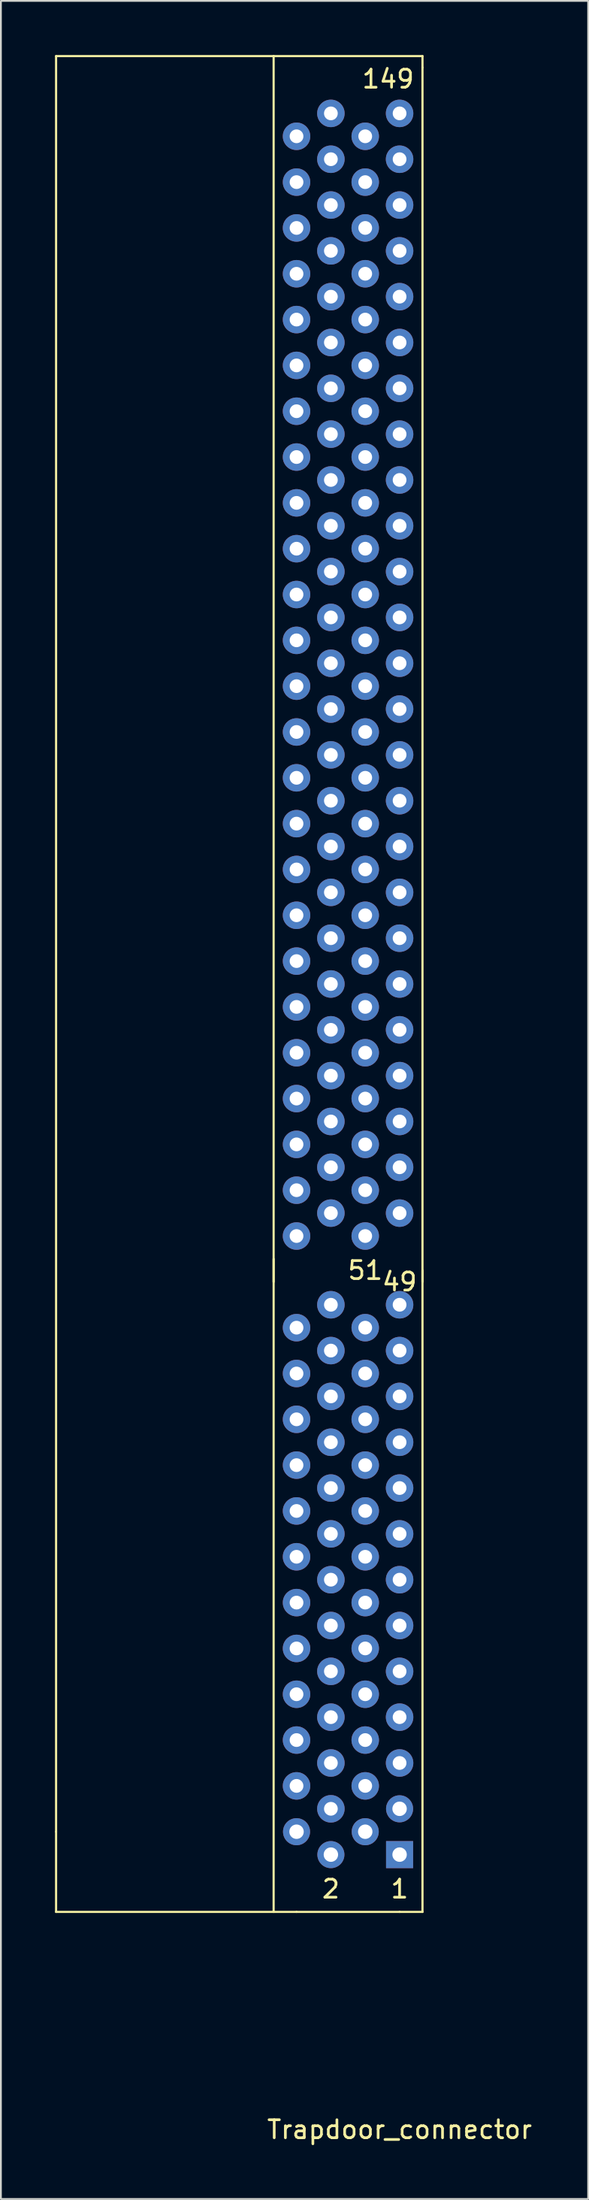
<source format=kicad_pcb>
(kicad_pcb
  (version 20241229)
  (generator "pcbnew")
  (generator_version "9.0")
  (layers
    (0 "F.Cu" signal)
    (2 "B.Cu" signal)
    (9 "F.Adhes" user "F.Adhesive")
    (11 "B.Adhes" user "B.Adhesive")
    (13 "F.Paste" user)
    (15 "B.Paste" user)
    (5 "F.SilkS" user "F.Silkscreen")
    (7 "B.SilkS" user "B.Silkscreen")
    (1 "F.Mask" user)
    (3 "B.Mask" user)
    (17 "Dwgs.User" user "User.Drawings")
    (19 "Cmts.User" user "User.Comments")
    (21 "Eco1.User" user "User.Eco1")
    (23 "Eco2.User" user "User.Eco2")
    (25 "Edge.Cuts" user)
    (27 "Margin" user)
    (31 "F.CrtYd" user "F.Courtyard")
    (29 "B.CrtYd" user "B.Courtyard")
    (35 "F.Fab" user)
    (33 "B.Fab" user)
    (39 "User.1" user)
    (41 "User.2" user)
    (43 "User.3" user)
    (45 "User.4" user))
  (footprint "Trapdoor_connector"
    (layer "F.Cu")
    (at 19.11 99.755)
    (property "Reference" "Trapdoor_connector" (at 0 15.24 0) (layer "F.SilkS") (effects (font (size 1 1) (thickness 0.15))))
    (attr through_hole)
    (fp_line (start -19.05 -1.27) (end -19.05 -99.695) (stroke (width 0.12) (type solid)) (layer "F.SilkS"))
    (fp_line (start -19.05 -1.27) (end -19.05 3.175) (stroke (width 0.12) (type solid)) (layer "F.SilkS"))
    (fp_line (start -19.05 3.175) (end -5.715 3.175) (stroke (width 0.12) (type solid)) (layer "F.SilkS"))
    (fp_line (start -6.985 -99.695) (end -19.05 -99.695) (stroke (width 0.12) (type solid)) (layer "F.SilkS"))
    (fp_line (start -6.985 -99.695) (end -6.985 3.175) (stroke (width 0.12) (type solid)) (layer "F.SilkS"))
    (fp_line (start -6.985 -31.75) (end -6.985 -33.02) (stroke (width 0.12) (type solid)) (layer "F.SilkS"))
    (fp_line (start 0 3.175) (end -5.715 3.175) (stroke (width 0.12) (type solid)) (layer "F.SilkS"))
    (fp_line (start 0 3.175) (end 1.27 3.175) (stroke (width 0.12) (type solid)) (layer "F.SilkS"))
    (fp_line (start 1.27 -99.695) (end -6.985 -99.695) (stroke (width 0.12) (type solid)) (layer "F.SilkS"))
    (fp_line (start 1.27 -99.06) (end 1.27 -99.695) (stroke (width 0.12) (type solid)) (layer "F.SilkS"))
    (fp_line (start 1.27 -32.385) (end 1.27 -31.75) (stroke (width 0.12) (type solid)) (layer "F.SilkS"))
    (fp_line (start 1.27 3.175) (end 1.27 -99.06) (stroke (width 0.12) (type solid)) (layer "F.SilkS"))
    (fp_text user "149" (at -0.635 -98.425 0) (layer "F.SilkS") (effects (font (size 1 1) (thickness 0.15))))
    (fp_text user "2" (at -3.81 1.905 0) (layer "F.SilkS") (effects (font (size 1 1) (thickness 0.15))))
    (fp_text user "51" (at -1.905 -32.385 0) (layer "F.SilkS") (effects (font (size 1 1) (thickness 0.15))))
    (fp_text user "1" (at 0 1.905 0) (layer "F.SilkS") (effects (font (size 1 1) (thickness 0.15))))
    (fp_text user "49" (at 0 -31.75 0) (layer "F.SilkS") (effects (font (size 1 1) (thickness 0.15))))
    (pad "1" thru_hole rect (at 0 0) (size 1.5 1.5) (drill 0.8) (layers "*.Cu" "*.Mask"))
    (pad "2" thru_hole circle (at -3.81 0) (size 1.5 1.5) (drill 0.8) (layers "*.Cu" "*.Mask"))
    (pad "3" thru_hole circle (at -1.905 -1.27) (size 1.5 1.5) (drill 0.8) (layers "*.Cu" "*.Mask"))
    (pad "4" thru_hole circle (at -5.715 -1.27) (size 1.5 1.5) (drill 0.8) (layers "*.Cu" "*.Mask"))
    (pad "5" thru_hole circle (at 0 -2.54) (size 1.5 1.5) (drill 0.8) (layers "*.Cu" "*.Mask"))
    (pad "6" thru_hole circle (at -3.81 -2.54) (size 1.524 1.524) (drill 0.762) (layers "*.Cu" "*.Mask"))
    (pad "7" thru_hole circle (at -1.905 -3.81) (size 1.524 1.524) (drill 0.762) (layers "*.Cu" "*.Mask"))
    (pad "8" thru_hole circle (at -5.715 -3.81) (size 1.524 1.524) (drill 0.762) (layers "*.Cu" "*.Mask"))
    (pad "9" thru_hole circle (at 0 -5.08) (size 1.524 1.524) (drill 0.762) (layers "*.Cu" "*.Mask"))
    (pad "10" thru_hole circle (at -3.81 -5.08) (size 1.524 1.524) (drill 0.762) (layers "*.Cu" "*.Mask"))
    (pad "11" thru_hole circle (at -1.905 -6.35) (size 1.524 1.524) (drill 0.762) (layers "*.Cu" "*.Mask"))
    (pad "12" thru_hole circle (at -5.715 -6.35) (size 1.524 1.524) (drill 0.762) (layers "*.Cu" "*.Mask"))
    (pad "13" thru_hole circle (at 0 -7.62) (size 1.524 1.524) (drill 0.762) (layers "*.Cu" "*.Mask"))
    (pad "14" thru_hole circle (at -3.81 -7.62) (size 1.524 1.524) (drill 0.762) (layers "*.Cu" "*.Mask"))
    (pad "15" thru_hole circle (at -1.905 -8.89) (size 1.524 1.524) (drill 0.762) (layers "*.Cu" "*.Mask"))
    (pad "16" thru_hole circle (at -5.715 -8.89) (size 1.524 1.524) (drill 0.762) (layers "*.Cu" "*.Mask"))
    (pad "17" thru_hole circle (at 0 -10.16) (size 1.524 1.524) (drill 0.762) (layers "*.Cu" "*.Mask"))
    (pad "18" thru_hole circle (at -3.81 -10.16) (size 1.524 1.524) (drill 0.762) (layers "*.Cu" "*.Mask"))
    (pad "19" thru_hole circle (at -1.905 -11.43) (size 1.524 1.524) (drill 0.762) (layers "*.Cu" "*.Mask"))
    (pad "20" thru_hole circle (at -5.715 -11.43) (size 1.524 1.524) (drill 0.762) (layers "*.Cu" "*.Mask"))
    (pad "21" thru_hole circle (at 0 -12.7) (size 1.524 1.524) (drill 0.762) (layers "*.Cu" "*.Mask"))
    (pad "22" thru_hole circle (at -3.81 -12.7) (size 1.524 1.524) (drill 0.762) (layers "*.Cu" "*.Mask"))
    (pad "23" thru_hole circle (at -1.905 -13.97) (size 1.524 1.524) (drill 0.762) (layers "*.Cu" "*.Mask"))
    (pad "24" thru_hole circle (at -5.715 -13.97) (size 1.524 1.524) (drill 0.762) (layers "*.Cu" "*.Mask"))
    (pad "25" thru_hole circle (at 0 -15.24) (size 1.524 1.524) (drill 0.762) (layers "*.Cu" "*.Mask"))
    (pad "26" thru_hole circle (at -3.81 -15.24) (size 1.524 1.524) (drill 0.762) (layers "*.Cu" "*.Mask"))
    (pad "27" thru_hole circle (at -1.905 -16.51) (size 1.524 1.524) (drill 0.762) (layers "*.Cu" "*.Mask"))
    (pad "28" thru_hole circle (at -5.715 -16.51) (size 1.524 1.524) (drill 0.762) (layers "*.Cu" "*.Mask"))
    (pad "29" thru_hole circle (at 0 -17.78) (size 1.524 1.524) (drill 0.762) (layers "*.Cu" "*.Mask"))
    (pad "30" thru_hole circle (at -3.81 -17.78) (size 1.524 1.524) (drill 0.762) (layers "*.Cu" "*.Mask"))
    (pad "31" thru_hole circle (at -1.905 -19.05) (size 1.524 1.524) (drill 0.762) (layers "*.Cu" "*.Mask"))
    (pad "32" thru_hole circle (at -5.715 -19.05) (size 1.524 1.524) (drill 0.762) (layers "*.Cu" "*.Mask"))
    (pad "33" thru_hole circle (at 0 -20.32) (size 1.524 1.524) (drill 0.762) (layers "*.Cu" "*.Mask"))
    (pad "34" thru_hole circle (at -3.81 -20.32) (size 1.524 1.524) (drill 0.762) (layers "*.Cu" "*.Mask"))
    (pad "35" thru_hole circle (at -1.905 -21.59) (size 1.524 1.524) (drill 0.762) (layers "*.Cu" "*.Mask"))
    (pad "36" thru_hole circle (at -5.715 -21.59) (size 1.524 1.524) (drill 0.762) (layers "*.Cu" "*.Mask"))
    (pad "37" thru_hole circle (at 0 -22.86) (size 1.524 1.524) (drill 0.762) (layers "*.Cu" "*.Mask"))
    (pad "38" thru_hole circle (at -3.81 -22.86) (size 1.524 1.524) (drill 0.762) (layers "*.Cu" "*.Mask"))
    (pad "39" thru_hole circle (at -1.905 -24.13) (size 1.524 1.524) (drill 0.762) (layers "*.Cu" "*.Mask"))
    (pad "40" thru_hole circle (at -5.715 -24.13) (size 1.524 1.524) (drill 0.762) (layers "*.Cu" "*.Mask"))
    (pad "41" thru_hole circle (at 0 -25.4) (size 1.524 1.524) (drill 0.762) (layers "*.Cu" "*.Mask"))
    (pad "42" thru_hole circle (at -3.81 -25.4) (size 1.524 1.524) (drill 0.762) (layers "*.Cu" "*.Mask"))
    (pad "43" thru_hole circle (at -1.905 -26.67) (size 1.524 1.524) (drill 0.762) (layers "*.Cu" "*.Mask"))
    (pad "44" thru_hole circle (at -5.715 -26.67) (size 1.524 1.524) (drill 0.762) (layers "*.Cu" "*.Mask"))
    (pad "45" thru_hole circle (at 0 -27.94) (size 1.524 1.524) (drill 0.762) (layers "*.Cu" "*.Mask"))
    (pad "46" thru_hole circle (at -3.81 -27.94) (size 1.524 1.524) (drill 0.762) (layers "*.Cu" "*.Mask"))
    (pad "47" thru_hole circle (at -1.905 -29.21) (size 1.524 1.524) (drill 0.762) (layers "*.Cu" "*.Mask"))
    (pad "48" thru_hole circle (at -5.715 -29.21) (size 1.524 1.524) (drill 0.762) (layers "*.Cu" "*.Mask"))
    (pad "49" thru_hole circle (at 0 -30.48) (size 1.524 1.524) (drill 0.762) (layers "*.Cu" "*.Mask"))
    (pad "50" thru_hole circle (at -3.81 -30.48) (size 1.524 1.524) (drill 0.762) (layers "*.Cu" "*.Mask"))
    (pad "51" thru_hole circle (at -1.905 -34.29) (size 1.524 1.524) (drill 0.762) (layers "*.Cu" "*.Mask"))
    (pad "52" thru_hole circle (at -5.715 -34.29) (size 1.524 1.524) (drill 0.762) (layers "*.Cu" "*.Mask"))
    (pad "53" thru_hole circle (at 0 -35.56) (size 1.524 1.524) (drill 0.762) (layers "*.Cu" "*.Mask"))
    (pad "54" thru_hole circle (at -3.81 -35.56) (size 1.524 1.524) (drill 0.762) (layers "*.Cu" "*.Mask"))
    (pad "55" thru_hole circle (at -1.905 -36.83) (size 1.524 1.524) (drill 0.762) (layers "*.Cu" "*.Mask"))
    (pad "56" thru_hole circle (at -5.715 -36.83) (size 1.524 1.524) (drill 0.762) (layers "*.Cu" "*.Mask"))
    (pad "57" thru_hole circle (at 0 -38.1) (size 1.524 1.524) (drill 0.762) (layers "*.Cu" "*.Mask"))
    (pad "58" thru_hole circle (at -3.81 -38.1) (size 1.524 1.524) (drill 0.762) (layers "*.Cu" "*.Mask"))
    (pad "59" thru_hole circle (at -1.905 -39.37) (size 1.524 1.524) (drill 0.762) (layers "*.Cu" "*.Mask"))
    (pad "60" thru_hole circle (at -5.715 -39.37) (size 1.524 1.524) (drill 0.762) (layers "*.Cu" "*.Mask"))
    (pad "61" thru_hole circle (at 0 -40.64) (size 1.524 1.524) (drill 0.762) (layers "*.Cu" "*.Mask"))
    (pad "62" thru_hole circle (at -3.81 -40.64) (size 1.524 1.524) (drill 0.762) (layers "*.Cu" "*.Mask"))
    (pad "63" thru_hole circle (at -1.905 -41.91) (size 1.524 1.524) (drill 0.762) (layers "*.Cu" "*.Mask"))
    (pad "64" thru_hole circle (at -5.715 -41.91) (size 1.524 1.524) (drill 0.762) (layers "*.Cu" "*.Mask"))
    (pad "65" thru_hole circle (at 0 -43.18) (size 1.524 1.524) (drill 0.762) (layers "*.Cu" "*.Mask"))
    (pad "66" thru_hole circle (at -3.81 -43.18) (size 1.524 1.524) (drill 0.762) (layers "*.Cu" "*.Mask"))
    (pad "67" thru_hole circle (at -1.905 -44.45) (size 1.524 1.524) (drill 0.762) (layers "*.Cu" "*.Mask"))
    (pad "68" thru_hole circle (at -5.715 -44.45) (size 1.524 1.524) (drill 0.762) (layers "*.Cu" "*.Mask"))
    (pad "69" thru_hole circle (at 0 -45.72) (size 1.524 1.524) (drill 0.762) (layers "*.Cu" "*.Mask"))
    (pad "70" thru_hole circle (at -3.81 -45.72) (size 1.524 1.524) (drill 0.762) (layers "*.Cu" "*.Mask"))
    (pad "71" thru_hole circle (at -1.905 -46.99) (size 1.524 1.524) (drill 0.762) (layers "*.Cu" "*.Mask"))
    (pad "72" thru_hole circle (at -5.715 -46.99) (size 1.524 1.524) (drill 0.762) (layers "*.Cu" "*.Mask"))
    (pad "73" thru_hole circle (at 0 -48.26) (size 1.524 1.524) (drill 0.762) (layers "*.Cu" "*.Mask"))
    (pad "74" thru_hole circle (at -3.81 -48.26) (size 1.524 1.524) (drill 0.762) (layers "*.Cu" "*.Mask"))
    (pad "75" thru_hole circle (at -1.905 -49.53) (size 1.524 1.524) (drill 0.762) (layers "*.Cu" "*.Mask"))
    (pad "76" thru_hole circle (at -5.715 -49.53) (size 1.524 1.524) (drill 0.762) (layers "*.Cu" "*.Mask"))
    (pad "77" thru_hole circle (at 0 -50.8) (size 1.524 1.524) (drill 0.762) (layers "*.Cu" "*.Mask"))
    (pad "78" thru_hole circle (at -3.81 -50.8) (size 1.524 1.524) (drill 0.762) (layers "*.Cu" "*.Mask"))
    (pad "79" thru_hole circle (at -1.905 -52.07) (size 1.524 1.524) (drill 0.762) (layers "*.Cu" "*.Mask"))
    (pad "80" thru_hole circle (at -5.715 -52.07) (size 1.524 1.524) (drill 0.762) (layers "*.Cu" "*.Mask"))
    (pad "81" thru_hole circle (at 0 -53.34) (size 1.524 1.524) (drill 0.762) (layers "*.Cu" "*.Mask"))
    (pad "82" thru_hole circle (at -3.81 -53.34) (size 1.524 1.524) (drill 0.762) (layers "*.Cu" "*.Mask"))
    (pad "83" thru_hole circle (at -1.905 -54.61) (size 1.524 1.524) (drill 0.762) (layers "*.Cu" "*.Mask"))
    (pad "84" thru_hole circle (at -5.715 -54.61) (size 1.524 1.524) (drill 0.762) (layers "*.Cu" "*.Mask"))
    (pad "85" thru_hole circle (at 0 -55.88) (size 1.524 1.524) (drill 0.762) (layers "*.Cu" "*.Mask"))
    (pad "86" thru_hole circle (at -3.81 -55.88) (size 1.524 1.524) (drill 0.762) (layers "*.Cu" "*.Mask"))
    (pad "87" thru_hole circle (at -1.905 -57.15) (size 1.524 1.524) (drill 0.762) (layers "*.Cu" "*.Mask"))
    (pad "88" thru_hole circle (at -5.715 -57.15) (size 1.524 1.524) (drill 0.762) (layers "*.Cu" "*.Mask"))
    (pad "89" thru_hole circle (at 0 -58.42) (size 1.524 1.524) (drill 0.762) (layers "*.Cu" "*.Mask"))
    (pad "90" thru_hole circle (at -3.81 -58.42) (size 1.524 1.524) (drill 0.762) (layers "*.Cu" "*.Mask"))
    (pad "91" thru_hole circle (at -1.905 -59.69) (size 1.524 1.524) (drill 0.762) (layers "*.Cu" "*.Mask"))
    (pad "92" thru_hole circle (at -5.715 -59.69) (size 1.524 1.524) (drill 0.762) (layers "*.Cu" "*.Mask"))
    (pad "93" thru_hole circle (at 0 -60.96) (size 1.524 1.524) (drill 0.762) (layers "*.Cu" "*.Mask"))
    (pad "94" thru_hole circle (at -3.81 -60.96) (size 1.524 1.524) (drill 0.762) (layers "*.Cu" "*.Mask"))
    (pad "95" thru_hole circle (at -1.905 -62.23) (size 1.524 1.524) (drill 0.762) (layers "*.Cu" "*.Mask"))
    (pad "96" thru_hole circle (at -5.715 -62.23) (size 1.524 1.524) (drill 0.762) (layers "*.Cu" "*.Mask"))
    (pad "97" thru_hole circle (at 0 -63.5) (size 1.524 1.524) (drill 0.762) (layers "*.Cu" "*.Mask"))
    (pad "98" thru_hole circle (at -3.81 -63.5) (size 1.524 1.524) (drill 0.762) (layers "*.Cu" "*.Mask"))
    (pad "99" thru_hole circle (at -1.905 -64.77) (size 1.524 1.524) (drill 0.762) (layers "*.Cu" "*.Mask"))
    (pad "100" thru_hole circle (at -5.715 -64.77) (size 1.524 1.524) (drill 0.762) (layers "*.Cu" "*.Mask"))
    (pad "101" thru_hole circle (at 0 -66.04) (size 1.524 1.524) (drill 0.762) (layers "*.Cu" "*.Mask"))
    (pad "102" thru_hole circle (at -3.81 -66.04) (size 1.524 1.524) (drill 0.762) (layers "*.Cu" "*.Mask"))
    (pad "103" thru_hole circle (at -1.905 -67.31) (size 1.524 1.524) (drill 0.762) (layers "*.Cu" "*.Mask"))
    (pad "104" thru_hole circle (at -5.715 -67.31) (size 1.524 1.524) (drill 0.762) (layers "*.Cu" "*.Mask"))
    (pad "105" thru_hole circle (at 0 -68.58) (size 1.524 1.524) (drill 0.762) (layers "*.Cu" "*.Mask"))
    (pad "106" thru_hole circle (at -3.81 -68.58) (size 1.524 1.524) (drill 0.762) (layers "*.Cu" "*.Mask"))
    (pad "107" thru_hole circle (at -1.905 -69.85) (size 1.524 1.524) (drill 0.762) (layers "*.Cu" "*.Mask"))
    (pad "108" thru_hole circle (at -5.715 -69.85) (size 1.524 1.524) (drill 0.762) (layers "*.Cu" "*.Mask"))
    (pad "109" thru_hole circle (at 0 -71.12) (size 1.524 1.524) (drill 0.762) (layers "*.Cu" "*.Mask"))
    (pad "110" thru_hole circle (at -3.81 -71.12) (size 1.524 1.524) (drill 0.762) (layers "*.Cu" "*.Mask"))
    (pad "111" thru_hole circle (at -1.905 -72.39) (size 1.524 1.524) (drill 0.762) (layers "*.Cu" "*.Mask"))
    (pad "112" thru_hole circle (at -5.715 -72.39) (size 1.524 1.524) (drill 0.762) (layers "*.Cu" "*.Mask"))
    (pad "113" thru_hole circle (at 0 -73.66) (size 1.524 1.524) (drill 0.762) (layers "*.Cu" "*.Mask"))
    (pad "114" thru_hole circle (at -3.81 -73.66) (size 1.524 1.524) (drill 0.762) (layers "*.Cu" "*.Mask"))
    (pad "115" thru_hole circle (at -1.905 -74.93) (size 1.524 1.524) (drill 0.762) (layers "*.Cu" "*.Mask"))
    (pad "116" thru_hole circle (at -5.715 -74.93) (size 1.524 1.524) (drill 0.762) (layers "*.Cu" "*.Mask"))
    (pad "117" thru_hole circle (at 0 -76.2) (size 1.524 1.524) (drill 0.762) (layers "*.Cu" "*.Mask"))
    (pad "118" thru_hole circle (at -3.81 -76.2) (size 1.524 1.524) (drill 0.762) (layers "*.Cu" "*.Mask"))
    (pad "119" thru_hole circle (at -1.905 -77.47) (size 1.524 1.524) (drill 0.762) (layers "*.Cu" "*.Mask"))
    (pad "120" thru_hole circle (at -5.715 -77.47) (size 1.524 1.524) (drill 0.762) (layers "*.Cu" "*.Mask"))
    (pad "121" thru_hole circle (at 0 -78.74) (size 1.524 1.524) (drill 0.762) (layers "*.Cu" "*.Mask"))
    (pad "122" thru_hole circle (at -3.81 -78.74) (size 1.524 1.524) (drill 0.762) (layers "*.Cu" "*.Mask"))
    (pad "123" thru_hole circle (at -1.905 -80.01) (size 1.524 1.524) (drill 0.762) (layers "*.Cu" "*.Mask"))
    (pad "124" thru_hole circle (at -5.715 -80.01) (size 1.524 1.524) (drill 0.762) (layers "*.Cu" "*.Mask"))
    (pad "125" thru_hole circle (at 0 -81.28) (size 1.524 1.524) (drill 0.762) (layers "*.Cu" "*.Mask"))
    (pad "126" thru_hole circle (at -3.81 -81.28) (size 1.524 1.524) (drill 0.762) (layers "*.Cu" "*.Mask"))
    (pad "127" thru_hole circle (at -1.905 -82.55) (size 1.524 1.524) (drill 0.762) (layers "*.Cu" "*.Mask"))
    (pad "128" thru_hole circle (at -5.715 -82.55) (size 1.524 1.524) (drill 0.762) (layers "*.Cu" "*.Mask"))
    (pad "129" thru_hole circle (at 0 -83.82) (size 1.524 1.524) (drill 0.762) (layers "*.Cu" "*.Mask"))
    (pad "130" thru_hole circle (at -3.81 -83.82) (size 1.524 1.524) (drill 0.762) (layers "*.Cu" "*.Mask"))
    (pad "131" thru_hole circle (at -1.905 -85.09) (size 1.524 1.524) (drill 0.762) (layers "*.Cu" "*.Mask"))
    (pad "132" thru_hole circle (at -5.715 -85.09) (size 1.524 1.524) (drill 0.762) (layers "*.Cu" "*.Mask"))
    (pad "133" thru_hole circle (at 0 -86.36) (size 1.524 1.524) (drill 0.762) (layers "*.Cu" "*.Mask"))
    (pad "134" thru_hole circle (at -3.81 -86.36) (size 1.524 1.524) (drill 0.762) (layers "*.Cu" "*.Mask"))
    (pad "135" thru_hole circle (at -1.905 -87.63) (size 1.524 1.524) (drill 0.762) (layers "*.Cu" "*.Mask"))
    (pad "136" thru_hole circle (at -5.715 -87.63) (size 1.524 1.524) (drill 0.762) (layers "*.Cu" "*.Mask"))
    (pad "137" thru_hole circle (at 0 -88.9) (size 1.524 1.524) (drill 0.762) (layers "*.Cu" "*.Mask"))
    (pad "138" thru_hole circle (at -3.81 -88.9) (size 1.524 1.524) (drill 0.762) (layers "*.Cu" "*.Mask"))
    (pad "139" thru_hole circle (at -1.905 -90.17) (size 1.524 1.524) (drill 0.762) (layers "*.Cu" "*.Mask"))
    (pad "140" thru_hole circle (at -5.715 -90.17) (size 1.524 1.524) (drill 0.762) (layers "*.Cu" "*.Mask"))
    (pad "141" thru_hole circle (at 0 -91.44) (size 1.524 1.524) (drill 0.762) (layers "*.Cu" "*.Mask"))
    (pad "142" thru_hole circle (at -3.81 -91.44) (size 1.524 1.524) (drill 0.762) (layers "*.Cu" "*.Mask"))
    (pad "143" thru_hole circle (at -1.905 -92.71) (size 1.524 1.524) (drill 0.762) (layers "*.Cu" "*.Mask"))
    (pad "144" thru_hole circle (at -5.715 -92.71) (size 1.524 1.524) (drill 0.762) (layers "*.Cu" "*.Mask"))
    (pad "145" thru_hole circle (at 0 -93.98) (size 1.524 1.524) (drill 0.762) (layers "*.Cu" "*.Mask"))
    (pad "146" thru_hole circle (at -3.81 -93.98) (size 1.524 1.524) (drill 0.762) (layers "*.Cu" "*.Mask"))
    (pad "147" thru_hole circle (at -1.905 -95.25) (size 1.524 1.524) (drill 0.762) (layers "*.Cu" "*.Mask"))
    (pad "148" thru_hole circle (at -5.715 -95.25) (size 1.524 1.524) (drill 0.762) (layers "*.Cu" "*.Mask"))
    (pad "149" thru_hole circle (at 0 -96.52) (size 1.524 1.524) (drill 0.762) (layers "*.Cu" "*.Mask"))
    (pad "150" thru_hole circle (at -3.81 -96.52) (size 1.524 1.524) (drill 0.762) (layers "*.Cu" "*.Mask")))
  (gr_rect
    (start -3 -3)
    (end 29.568 118.843)
    (stroke (width 0.1) (type default))
    (fill no)
    (layer "Edge.Cuts")))
</source>
